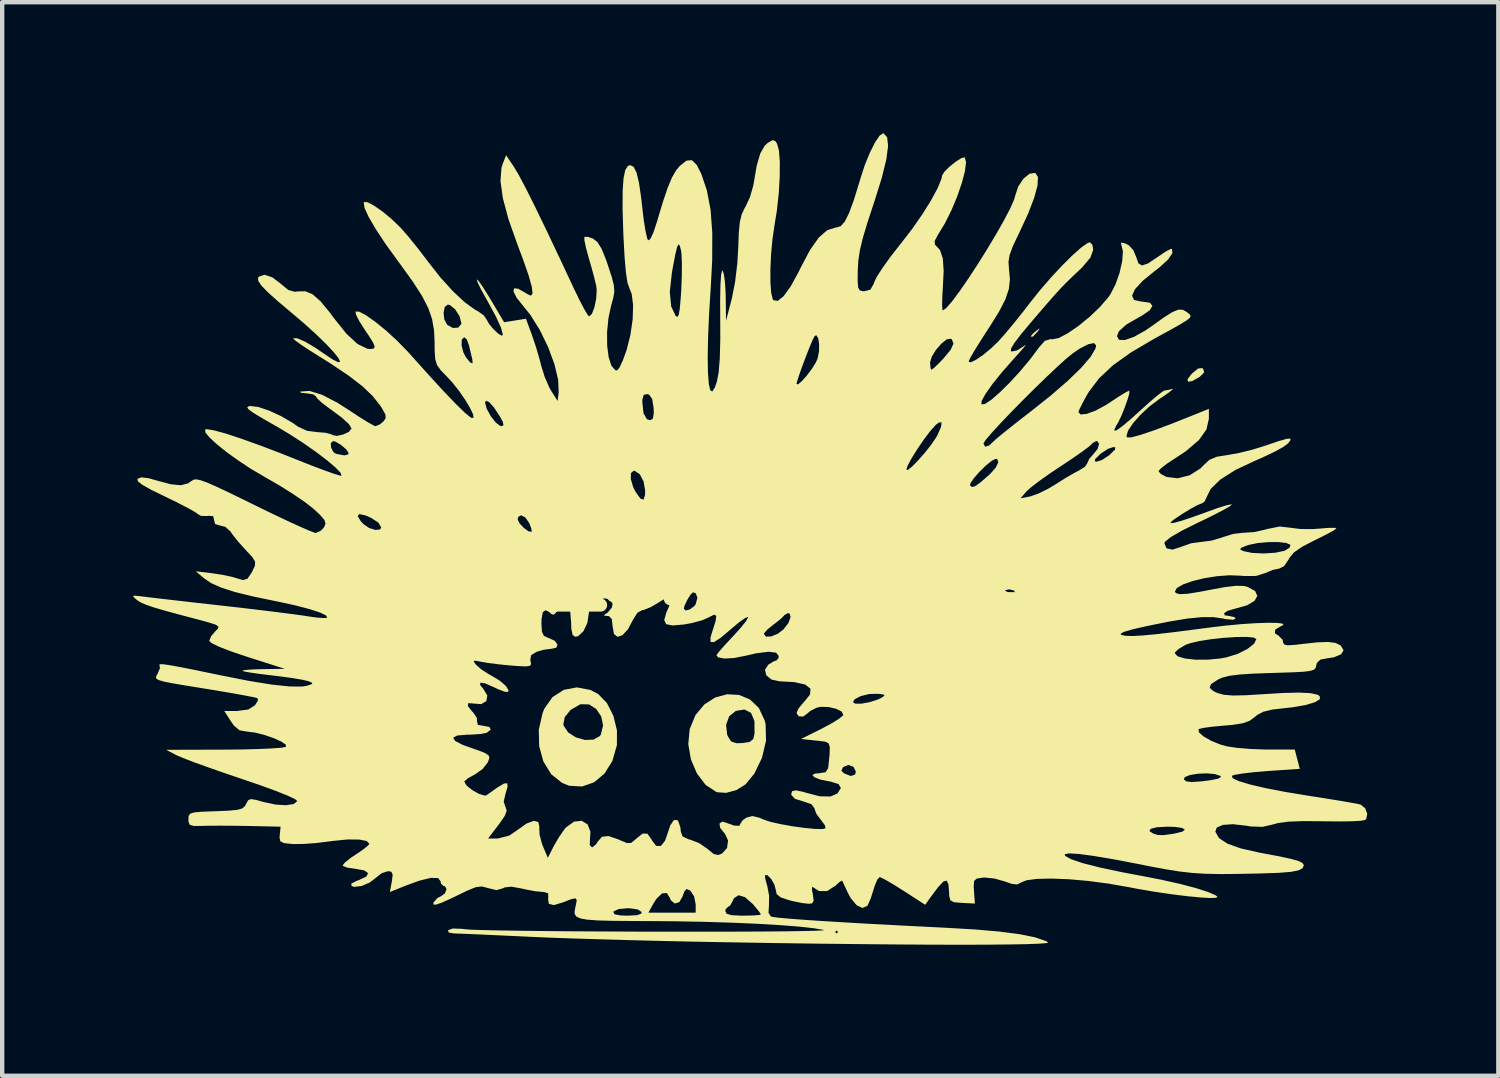
<source format=kicad_pcb>
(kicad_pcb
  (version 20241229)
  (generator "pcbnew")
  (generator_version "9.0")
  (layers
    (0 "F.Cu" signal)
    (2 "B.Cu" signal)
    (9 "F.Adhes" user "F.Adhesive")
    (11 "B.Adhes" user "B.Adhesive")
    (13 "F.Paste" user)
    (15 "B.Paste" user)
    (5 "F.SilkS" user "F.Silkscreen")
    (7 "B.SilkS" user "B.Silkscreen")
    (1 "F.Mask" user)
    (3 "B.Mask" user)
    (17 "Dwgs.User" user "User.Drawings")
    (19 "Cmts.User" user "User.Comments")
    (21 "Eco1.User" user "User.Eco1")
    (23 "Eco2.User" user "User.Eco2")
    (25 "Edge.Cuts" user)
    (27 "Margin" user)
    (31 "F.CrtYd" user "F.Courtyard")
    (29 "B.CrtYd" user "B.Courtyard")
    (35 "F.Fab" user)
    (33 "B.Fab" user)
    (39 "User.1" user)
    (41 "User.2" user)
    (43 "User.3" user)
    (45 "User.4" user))
  (footprint "corro_silkscreen"
    (layer "F.Cu")
    (at 12.877 9.967)
    (property "Reference" "corro_silkscreen" (at 0 0 0) (layer "F.SilkS") (effects (font (size 1.524 1.524) (thickness 0.3))))
    (attr board_only exclude_from_pos_files exclude_from_bom)
    (fp_poly (pts (xy 7.857 -5.465) (xy 7.819 -5.416) (xy 7.72 -5.311) (xy 7.675 -5.311) (xy 7.674 -5.323) (xy 7.721 -5.38) (xy 7.793 -5.442) (xy 7.874 -5.501)) (stroke (width 0) (type solid)) (fill yes) (layer "F.SilkS"))
    (fp_poly (pts (xy 11.618 -4.573) (xy 11.641 -4.493) (xy 11.545 -4.395) (xy 11.536 -4.388) (xy 11.368 -4.293) (xy 11.271 -4.278) (xy 11.261 -4.336) (xy 11.356 -4.46) (xy 11.359 -4.463) (xy 11.501 -4.58) (xy 11.595 -4.59)) (stroke (width 0) (type solid)) (fill yes) (layer "F.SilkS"))
    (fp_poly (pts (xy 0.994 2.893) (xy 1.243 2.997) (xy 1.446 3.191) (xy 1.58 3.478) (xy 1.601 3.568) (xy 1.61 3.94) (xy 1.518 4.332) (xy 1.343 4.694) (xy 1.141 4.94) (xy 0.936 5.069) (xy 0.697 5.135) (xy 0.486 5.12) (xy 0.475 5.116) (xy 0.228 4.953) (xy 0.029 4.692) (xy -0.109 4.37) (xy -0.169 4.019) (xy -0.138 3.678) (xy -0.097 3.578) (xy 0.696 3.578) (xy 0.721 3.803) (xy 0.739 3.846) (xy 0.813 3.959) (xy 0.929 3.998) (xy 1.07 3.994) (xy 1.241 3.967) (xy 1.319 3.9) (xy 1.347 3.778) (xy 1.345 3.49) (xy 1.267 3.304) (xy 1.118 3.226) (xy 0.918 3.259) (xy 0.766 3.382) (xy 0.696 3.578) (xy -0.097 3.578) (xy -0.004 3.352) (xy 0.2 3.109) (xy 0.449 2.95) (xy 0.721 2.877)) (stroke (width 0) (type solid)) (fill yes) (layer "F.SilkS"))
    (fp_poly (pts (xy -2.412 2.778) (xy -2.234 2.871) (xy -2.033 3.077) (xy -1.884 3.371) (xy -1.802 3.708) (xy -1.804 4.044) (xy -1.908 4.406) (xy -2.088 4.693) (xy -2.325 4.892) (xy -2.601 4.989) (xy -2.895 4.972) (xy -3.055 4.909) (xy -3.308 4.708) (xy -3.486 4.418) (xy -3.583 4.068) (xy -3.592 3.688) (xy -3.564 3.567) (xy -3.03 3.567) (xy -3.024 3.595) (xy -2.918 3.753) (xy -2.741 3.866) (xy -2.535 3.923) (xy -2.339 3.916) (xy -2.195 3.835) (xy -2.171 3.799) (xy -2.12 3.591) (xy -2.163 3.386) (xy -2.277 3.215) (xy -2.44 3.11) (xy -2.628 3.105) (xy -2.656 3.114) (xy -2.864 3.236) (xy -2.997 3.398) (xy -3.03 3.567) (xy -3.564 3.567) (xy -3.505 3.307) (xy -3.464 3.206) (xy -3.278 2.942) (xy -3.02 2.777) (xy -2.722 2.72)) (stroke (width 0) (type solid)) (fill yes) (layer "F.SilkS"))
    (fp_poly (pts (xy 4.299 -9.966) (xy 4.383 -9.875) (xy 4.405 -9.676) (xy 4.364 -9.366) (xy 4.26 -8.943) (xy 4.091 -8.403) (xy 4.07 -8.34) (xy 3.925 -7.899) (xy 3.823 -7.556) (xy 3.758 -7.281) (xy 3.723 -7.046) (xy 3.71 -6.825) (xy 3.708 -6.577) (xy 3.72 -6.435) (xy 3.755 -6.369) (xy 3.823 -6.351) (xy 3.867 -6.35) (xy 3.999 -6.385) (xy 4.074 -6.515) (xy 4.086 -6.554) (xy 4.148 -6.683) (xy 4.28 -6.888) (xy 4.463 -7.142) (xy 4.677 -7.416) (xy 4.694 -7.437) (xy 4.95 -7.768) (xy 5.187 -8.108) (xy 5.389 -8.431) (xy 5.541 -8.713) (xy 5.628 -8.927) (xy 5.642 -8.999) (xy 5.692 -9.083) (xy 5.808 -9.199) (xy 5.951 -9.313) (xy 6.081 -9.396) (xy 6.159 -9.415) (xy 6.162 -9.413) (xy 6.19 -9.3) (xy 6.163 -9.094) (xy 6.092 -8.824) (xy 5.986 -8.517) (xy 5.854 -8.202) (xy 5.706 -7.904) (xy 5.553 -7.653) (xy 5.551 -7.65) (xy 5.471 -7.501) (xy 5.478 -7.415) (xy 5.481 -7.413) (xy 5.593 -7.293) (xy 5.657 -7.102) (xy 5.677 -6.816) (xy 5.661 -6.489) (xy 5.646 -6.228) (xy 5.642 -6.028) (xy 5.65 -5.919) (xy 5.657 -5.909) (xy 5.737 -5.965) (xy 5.871 -6.119) (xy 6.044 -6.352) (xy 6.244 -6.642) (xy 6.458 -6.969) (xy 6.673 -7.313) (xy 6.877 -7.653) (xy 7.056 -7.969) (xy 7.198 -8.24) (xy 7.289 -8.446) (xy 7.315 -8.537) (xy 7.384 -8.746) (xy 7.502 -8.924) (xy 7.642 -9.039) (xy 7.773 -9.058) (xy 7.777 -9.057) (xy 7.836 -8.965) (xy 7.826 -8.77) (xy 7.748 -8.483) (xy 7.606 -8.116) (xy 7.404 -7.68) (xy 7.392 -7.657) (xy 7.26 -7.379) (xy 7.187 -7.18) (xy 7.161 -7.022) (xy 7.172 -6.866) (xy 7.172 -6.863) (xy 7.194 -6.626) (xy 7.17 -6.403) (xy 7.091 -6.166) (xy 6.947 -5.886) (xy 6.728 -5.533) (xy 6.689 -5.475) (xy 6.517 -5.207) (xy 6.376 -4.98) (xy 6.281 -4.816) (xy 6.248 -4.742) (xy 6.293 -4.721) (xy 6.412 -4.776) (xy 6.577 -4.889) (xy 6.764 -5.043) (xy 6.921 -5.193) (xy 7.073 -5.363) (xy 7.276 -5.606) (xy 7.499 -5.885) (xy 7.656 -6.089) (xy 7.888 -6.379) (xy 8.14 -6.67) (xy 8.394 -6.942) (xy 8.63 -7.176) (xy 8.83 -7.353) (xy 8.975 -7.454) (xy 9.025 -7.471) (xy 9.082 -7.413) (xy 9.101 -7.301) (xy 9.038 -7.121) (xy 8.851 -6.898) (xy 8.812 -6.861) (xy 8.637 -6.696) (xy 8.495 -6.558) (xy 8.363 -6.423) (xy 8.219 -6.265) (xy 8.04 -6.061) (xy 7.803 -5.786) (xy 7.705 -5.671) (xy 7.459 -5.378) (xy 7.301 -5.172) (xy 7.222 -5.043) (xy 7.216 -4.979) (xy 7.235 -4.969) (xy 7.358 -4.995) (xy 7.509 -5.09) (xy 7.526 -5.104) (xy 7.561 -5.128) (xy 7.515 -5.065) (xy 7.396 -4.929) (xy 7.28 -4.8) (xy 7.014 -4.498) (xy 6.795 -4.226) (xy 6.636 -4.001) (xy 6.547 -3.84) (xy 6.541 -3.76) (xy 6.622 -3.768) (xy 6.769 -3.865) (xy 6.963 -4.034) (xy 7.188 -4.256) (xy 7.424 -4.513) (xy 7.654 -4.788) (xy 7.86 -5.063) (xy 7.863 -5.068) (xy 7.994 -5.214) (xy 8.125 -5.254) (xy 8.168 -5.249) (xy 8.31 -5.277) (xy 8.516 -5.385) (xy 8.759 -5.552) (xy 9.012 -5.758) (xy 9.248 -5.981) (xy 9.439 -6.202) (xy 9.486 -6.267) (xy 9.607 -6.496) (xy 9.703 -6.766) (xy 9.764 -7.035) (xy 9.781 -7.262) (xy 9.749 -7.398) (xy 9.735 -7.464) (xy 9.825 -7.447) (xy 9.914 -7.403) (xy 10.019 -7.291) (xy 10.085 -7.132) (xy 10.135 -6.989) (xy 10.216 -6.94) (xy 10.35 -6.983) (xy 10.558 -7.12) (xy 10.584 -7.139) (xy 10.751 -7.252) (xy 10.87 -7.315) (xy 10.905 -7.319) (xy 10.914 -7.222) (xy 10.814 -7.075) (xy 10.614 -6.892) (xy 10.519 -6.82) (xy 10.235 -6.589) (xy 10.057 -6.396) (xy 9.99 -6.248) (xy 10.035 -6.151) (xy 10.196 -6.113) (xy 10.221 -6.112) (xy 10.399 -6.086) (xy 10.456 -6.015) (xy 10.393 -5.912) (xy 10.213 -5.788) (xy 10.17 -5.766) (xy 9.863 -5.589) (xy 9.689 -5.434) (xy 9.644 -5.321) (xy 9.693 -5.236) (xy 9.829 -5.233) (xy 10.034 -5.305) (xy 10.29 -5.448) (xy 10.451 -5.558) (xy 10.725 -5.754) (xy 10.917 -5.874) (xy 11.052 -5.928) (xy 11.152 -5.925) (xy 11.242 -5.874) (xy 11.25 -5.868) (xy 11.305 -5.823) (xy 11.331 -5.785) (xy 11.312 -5.74) (xy 11.235 -5.678) (xy 11.083 -5.585) (xy 10.843 -5.451) (xy 10.499 -5.263) (xy 10.493 -5.259) (xy 9.965 -4.949) (xy 9.552 -4.653) (xy 9.237 -4.358) (xy 9.003 -4.05) (xy 8.962 -3.982) (xy 8.855 -3.787) (xy 8.782 -3.64) (xy 8.762 -3.582) (xy 8.812 -3.528) (xy 8.95 -3.541) (xy 9.149 -3.614) (xy 9.383 -3.739) (xy 9.482 -3.803) (xy 9.685 -3.937) (xy 9.843 -4.034) (xy 9.924 -4.074) (xy 9.926 -4.075) (xy 9.929 -4.019) (xy 9.89 -3.88) (xy 9.825 -3.695) (xy 9.748 -3.504) (xy 9.673 -3.347) (xy 9.628 -3.275) (xy 9.585 -3.181) (xy 9.595 -3.151) (xy 9.657 -3.178) (xy 9.795 -3.282) (xy 9.986 -3.444) (xy 10.152 -3.594) (xy 10.372 -3.793) (xy 10.558 -3.952) (xy 10.686 -4.051) (xy 10.729 -4.075) (xy 10.838 -4.094) (xy 10.912 -4.116) (xy 10.921 -4.103) (xy 10.833 -4.031) (xy 10.666 -3.916) (xy 10.615 -3.882) (xy 10.392 -3.715) (xy 10.184 -3.522) (xy 10.013 -3.329) (xy 9.899 -3.159) (xy 9.862 -3.037) (xy 9.877 -3.004) (xy 9.967 -3.003) (xy 10.173 -3.057) (xy 10.489 -3.163) (xy 10.908 -3.32) (xy 11.325 -3.486) (xy 11.749 -3.657) (xy 11.749 -3.43) (xy 11.693 -3.185) (xy 11.519 -2.94) (xy 11.222 -2.687) (xy 10.997 -2.538) (xy 10.797 -2.407) (xy 10.653 -2.297) (xy 10.595 -2.231) (xy 10.595 -2.23) (xy 10.651 -2.165) (xy 10.781 -2.098) (xy 11.036 -2.067) (xy 11.311 -2.137) (xy 11.557 -2.293) (xy 11.629 -2.367) (xy 11.762 -2.491) (xy 11.932 -2.561) (xy 12.16 -2.597) (xy 12.415 -2.641) (xy 12.729 -2.718) (xy 13.033 -2.811) (xy 13.034 -2.812) (xy 13.334 -2.914) (xy 13.522 -2.968) (xy 13.612 -2.977) (xy 13.618 -2.94) (xy 13.557 -2.861) (xy 13.445 -2.78) (xy 13.242 -2.669) (xy 12.98 -2.545) (xy 12.825 -2.478) (xy 12.359 -2.259) (xy 12.012 -2.039) (xy 11.79 -1.823) (xy 11.707 -1.656) (xy 11.649 -1.532) (xy 11.589 -1.493) (xy 11.495 -1.457) (xy 11.327 -1.366) (xy 11.138 -1.25) (xy 10.95 -1.125) (xy 10.87 -1.058) (xy 10.888 -1.039) (xy 10.968 -1.051) (xy 11.128 -1.096) (xy 11.367 -1.175) (xy 11.642 -1.274) (xy 11.706 -1.298) (xy 11.953 -1.387) (xy 12.148 -1.447) (xy 12.26 -1.47) (xy 12.274 -1.467) (xy 12.23 -1.427) (xy 12.083 -1.343) (xy 11.857 -1.225) (xy 11.573 -1.086) (xy 11.519 -1.061) (xy 11.136 -0.871) (xy 10.879 -0.723) (xy 10.748 -0.618) (xy 10.73 -0.58) (xy 10.78 -0.463) (xy 10.915 -0.434) (xy 10.928 -0.438) (xy 12.464 -0.438) (xy 12.534 -0.401) (xy 12.734 -0.359) (xy 13.002 -0.346) (xy 13.272 -0.363) (xy 13.48 -0.407) (xy 13.481 -0.407) (xy 13.595 -0.476) (xy 13.617 -0.543) (xy 13.524 -0.586) (xy 13.338 -0.607) (xy 13.104 -0.606) (xy 12.862 -0.584) (xy 12.656 -0.541) (xy 12.629 -0.532) (xy 12.488 -0.476) (xy 12.464 -0.438) (xy 10.928 -0.438) (xy 11.114 -0.497) (xy 11.128 -0.504) (xy 11.347 -0.58) (xy 11.578 -0.611) (xy 11.808 -0.64) (xy 12.049 -0.711) (xy 12.074 -0.722) (xy 12.305 -0.793) (xy 12.538 -0.821) (xy 12.564 -0.821) (xy 12.789 -0.836) (xy 13.035 -0.891) (xy 13.072 -0.903) (xy 13.368 -0.963) (xy 13.615 -0.935) (xy 13.843 -0.906) (xy 14.124 -0.904) (xy 14.279 -0.915) (xy 14.488 -0.932) (xy 14.63 -0.933) (xy 14.67 -0.921) (xy 14.613 -0.877) (xy 14.461 -0.793) (xy 14.244 -0.683) (xy 14.166 -0.646) (xy 13.879 -0.497) (xy 13.696 -0.369) (xy 13.591 -0.242) (xy 13.572 -0.203) (xy 13.471 -0.056) (xy 13.359 0) (xy 13.214 0.03) (xy 13.038 0.103) (xy 12.828 0.169) (xy 12.551 0.17) (xy 12.478 0.163) (xy 12.217 0.153) (xy 11.929 0.175) (xy 11.64 0.221) (xy 11.375 0.286) (xy 11.158 0.363) (xy 11.015 0.445) (xy 10.972 0.525) (xy 10.991 0.559) (xy 11.079 0.586) (xy 11.265 0.576) (xy 11.562 0.528) (xy 11.752 0.491) (xy 12.115 0.424) (xy 12.372 0.394) (xy 12.551 0.398) (xy 12.633 0.418) (xy 12.808 0.514) (xy 12.858 0.626) (xy 12.792 0.741) (xy 12.618 0.843) (xy 12.344 0.919) (xy 12.343 0.919) (xy 12.175 0.968) (xy 12.094 1.025) (xy 12.114 1.071) (xy 12.225 1.087) (xy 12.335 1.112) (xy 12.36 1.147) (xy 12.301 1.172) (xy 12.147 1.158) (xy 12.072 1.143) (xy 11.85 1.111) (xy 11.583 1.112) (xy 11.25 1.145) (xy 10.829 1.215) (xy 10.326 1.317) (xy 9.999 1.392) (xy 9.801 1.45) (xy 9.725 1.494) (xy 9.747 1.519) (xy 9.842 1.539) (xy 9.997 1.544) (xy 10.224 1.532) (xy 10.538 1.503) (xy 10.952 1.455) (xy 11.48 1.387) (xy 11.761 1.35) (xy 12.137 1.305) (xy 12.498 1.271) (xy 12.826 1.25) (xy 13.104 1.241) (xy 13.314 1.244) (xy 13.437 1.261) (xy 13.456 1.291) (xy 13.396 1.32) (xy 13.267 1.397) (xy 13.26 1.481) (xy 13.345 1.537) (xy 13.436 1.628) (xy 13.447 1.68) (xy 13.467 1.735) (xy 13.545 1.756) (xy 13.71 1.748) (xy 13.872 1.728) (xy 14.229 1.689) (xy 14.479 1.68) (xy 14.648 1.702) (xy 14.761 1.757) (xy 14.77 1.765) (xy 14.832 1.87) (xy 14.774 1.964) (xy 14.612 2.03) (xy 14.478 2.051) (xy 14.301 2.084) (xy 14.222 2.16) (xy 14.207 2.217) (xy 14.193 2.273) (xy 14.155 2.314) (xy 14.072 2.342) (xy 13.923 2.361) (xy 13.688 2.374) (xy 13.346 2.385) (xy 13.189 2.39) (xy 12.761 2.405) (xy 12.445 2.426) (xy 12.219 2.455) (xy 12.06 2.495) (xy 11.97 2.534) (xy 11.802 2.642) (xy 11.764 2.727) (xy 11.854 2.806) (xy 11.953 2.852) (xy 12.094 2.89) (xy 12.3 2.906) (xy 12.595 2.9) (xy 12.954 2.878) (xy 13.447 2.848) (xy 13.818 2.839) (xy 14.076 2.852) (xy 14.235 2.887) (xy 14.286 2.919) (xy 14.291 2.989) (xy 14.179 3.059) (xy 13.967 3.123) (xy 13.675 3.174) (xy 13.496 3.194) (xy 13.197 3.228) (xy 12.997 3.277) (xy 12.857 3.35) (xy 12.8 3.398) (xy 12.682 3.484) (xy 12.528 3.541) (xy 12.301 3.577) (xy 12.093 3.595) (xy 11.836 3.619) (xy 11.633 3.646) (xy 11.522 3.672) (xy 11.513 3.677) (xy 11.52 3.748) (xy 11.626 3.842) (xy 11.799 3.941) (xy 12.009 4.027) (xy 12.163 4.07) (xy 12.394 4.104) (xy 12.703 4.13) (xy 13.031 4.142) (xy 13.109 4.143) (xy 13.715 4.143) (xy 13.772 4.364) (xy 13.83 4.584) (xy 13.081 4.636) (xy 12.773 4.662) (xy 12.516 4.692) (xy 12.339 4.722) (xy 12.276 4.744) (xy 12.293 4.799) (xy 12.435 4.866) (xy 12.691 4.943) (xy 13.048 5.026) (xy 13.498 5.113) (xy 14.024 5.2) (xy 14.4 5.259) (xy 14.734 5.313) (xy 15 5.359) (xy 15.173 5.391) (xy 15.222 5.403) (xy 15.327 5.486) (xy 15.375 5.617) (xy 15.35 5.733) (xy 15.325 5.756) (xy 15.231 5.773) (xy 15.029 5.785) (xy 14.748 5.789) (xy 14.416 5.786) (xy 14.364 5.785) (xy 13.908 5.781) (xy 13.569 5.794) (xy 13.327 5.827) (xy 13.218 5.857) (xy 12.977 5.913) (xy 12.711 5.904) (xy 12.599 5.886) (xy 12.299 5.852) (xy 12.068 5.868) (xy 11.928 5.93) (xy 11.897 6.023) (xy 11.979 6.169) (xy 12.169 6.295) (xy 12.474 6.405) (xy 12.905 6.503) (xy 12.974 6.516) (xy 13.36 6.588) (xy 13.629 6.646) (xy 13.801 6.695) (xy 13.893 6.741) (xy 13.922 6.789) (xy 13.922 6.795) (xy 13.894 6.861) (xy 13.799 6.91) (xy 13.619 6.944) (xy 13.337 6.966) (xy 12.938 6.98) (xy 12.423 6.99) (xy 12.012 6.994) (xy 11.672 6.987) (xy 11.372 6.968) (xy 11.078 6.935) (xy 10.759 6.884) (xy 10.383 6.814) (xy 10.109 6.759) (xy 9.554 6.653) (xy 9.105 6.578) (xy 8.768 6.533) (xy 8.546 6.52) (xy 8.447 6.54) (xy 8.459 6.579) (xy 8.602 6.657) (xy 8.873 6.747) (xy 9.261 6.845) (xy 9.76 6.951) (xy 10.181 7.03) (xy 10.659 7.123) (xy 11.091 7.22) (xy 11.456 7.316) (xy 11.735 7.406) (xy 11.908 7.483) (xy 11.945 7.512) (xy 11.915 7.537) (xy 11.773 7.542) (xy 11.541 7.528) (xy 11.241 7.499) (xy 10.896 7.456) (xy 10.526 7.402) (xy 10.154 7.339) (xy 9.916 7.294) (xy 9.456 7.213) (xy 8.993 7.152) (xy 8.551 7.113) (xy 8.152 7.097) (xy 7.82 7.104) (xy 7.577 7.135) (xy 7.455 7.184) (xy 7.361 7.232) (xy 7.234 7.218) (xy 7.077 7.163) (xy 6.845 7.097) (xy 6.618 7.073) (xy 6.577 7.075) (xy 6.435 7.097) (xy 6.373 7.152) (xy 6.365 7.282) (xy 6.371 7.383) (xy 6.392 7.669) (xy 6.1 7.654) (xy 5.917 7.639) (xy 5.831 7.595) (xy 5.804 7.493) (xy 5.802 7.42) (xy 5.787 7.231) (xy 5.748 7.144) (xy 5.672 7.164) (xy 5.549 7.294) (xy 5.368 7.537) (xy 5.361 7.547) (xy 5.254 7.697) (xy 4.764 7.38) (xy 4.535 7.236) (xy 4.347 7.126) (xy 4.23 7.068) (xy 4.211 7.063) (xy 4.157 7.122) (xy 4.095 7.272) (xy 4.071 7.352) (xy 4.008 7.549) (xy 3.944 7.696) (xy 3.925 7.724) (xy 3.817 7.77) (xy 3.684 7.706) (xy 3.55 7.546) (xy 3.48 7.416) (xy 3.405 7.253) (xy 3.358 7.153) (xy 3.352 7.142) (xy 3.302 7.168) (xy 3.198 7.261) (xy 3.198 7.261) (xy 3.009 7.383) (xy 2.825 7.383) (xy 2.723 7.318) (xy 2.668 7.283) (xy 2.661 7.346) (xy 2.681 7.454) (xy 2.702 7.605) (xy 2.665 7.665) (xy 2.587 7.674) (xy 2.437 7.657) (xy 2.225 7.614) (xy 2.14 7.592) (xy 1.946 7.527) (xy 1.854 7.453) (xy 1.834 7.359) (xy 1.802 7.235) (xy 1.729 7.107) (xy 1.645 7.021) (xy 1.588 7.015) (xy 1.59 7.09) (xy 1.63 7.238) (xy 1.638 7.26) (xy 1.681 7.49) (xy 1.677 7.71) (xy 1.667 7.878) (xy 1.717 7.958) (xy 1.754 7.973) (xy 1.868 7.99) (xy 2.106 8.012) (xy 2.454 8.039) (xy 2.9 8.069) (xy 3.431 8.101) (xy 4.034 8.136) (xy 4.698 8.171) (xy 5.408 8.207) (xy 5.671 8.22) (xy 6.38 8.261) (xy 6.961 8.311) (xy 7.421 8.371) (xy 7.769 8.442) (xy 8.012 8.525) (xy 8.071 8.555) (xy 8.037 8.573) (xy 7.873 8.587) (xy 7.589 8.598) (xy 7.19 8.605) (xy 6.683 8.61) (xy 6.077 8.612) (xy 5.377 8.61) (xy 4.592 8.605) (xy 3.728 8.597) (xy 2.793 8.587) (xy 1.793 8.573) (xy 0.736 8.555) (xy 0.543 8.552) (xy -0.144 8.539) (xy -0.852 8.523) (xy -1.555 8.505) (xy -2.228 8.486) (xy -2.844 8.467) (xy -3.379 8.448) (xy -3.806 8.429) (xy -3.85 8.427) (xy -4.299 8.406) (xy -4.711 8.387) (xy -5.064 8.371) (xy -5.335 8.36) (xy -5.502 8.354) (xy -5.535 8.353) (xy -5.657 8.331) (xy -5.659 8.32) (xy 3.192 8.32) (xy 3.226 8.353) (xy 3.26 8.32) (xy 3.226 8.286) (xy 3.192 8.32) (xy -5.659 8.32) (xy -5.668 8.28) (xy -5.565 8.24) (xy -5.344 8.248) (xy -5.273 8.257) (xy -5.145 8.267) (xy -4.905 8.275) (xy -4.569 8.283) (xy -4.149 8.29) (xy -3.658 8.296) (xy -3.112 8.302) (xy -2.522 8.306) (xy -1.903 8.309) (xy -1.269 8.312) (xy -0.632 8.313) (xy -0.008 8.313) (xy 0.592 8.313) (xy 1.153 8.311) (xy 1.661 8.308) (xy 2.104 8.304) (xy 2.467 8.298) (xy 2.736 8.292) (xy 2.899 8.284) (xy 2.941 8.275) (xy 2.937 8.274) (xy 2.707 8.234) (xy 2.36 8.196) (xy 1.916 8.162) (xy 1.392 8.131) (xy 0.809 8.106) (xy 0.185 8.087) (xy -0.461 8.075) (xy -0.93 8.071) (xy -1.487 8.068) (xy -1.923 8.064) (xy -2.251 8.055) (xy -2.486 8.037) (xy -2.641 8.009) (xy -2.731 7.967) (xy -2.77 7.909) (xy -2.771 7.861) (xy -1.885 7.861) (xy -1.857 7.915) (xy -1.72 7.941) (xy -1.562 7.946) (xy -1.344 7.935) (xy -1.246 7.9) (xy -1.242 7.878) (xy -1.084 7.878) (xy 0 7.878) (xy 0 7.844) (xy 0.679 7.844) (xy 0.71 7.903) (xy 0.821 7.935) (xy 1.038 7.946) (xy 1.087 7.946) (xy 1.302 7.942) (xy 1.449 7.931) (xy 1.494 7.919) (xy 1.454 7.856) (xy 1.352 7.731) (xy 1.309 7.681) (xy 1.13 7.523) (xy 0.98 7.478) (xy 0.874 7.549) (xy 0.849 7.606) (xy 0.788 7.716) (xy 0.742 7.742) (xy 0.686 7.797) (xy 0.679 7.844) (xy 0 7.844) (xy 0 7.688) (xy -0.036 7.505) (xy -0.124 7.372) (xy -0.21 7.335) (xy -0.259 7.392) (xy -0.3 7.505) (xy -0.375 7.637) (xy -0.48 7.668) (xy -0.572 7.59) (xy -0.592 7.535) (xy -0.662 7.428) (xy -0.77 7.437) (xy -0.895 7.556) (xy -0.961 7.657) (xy -1.084 7.878) (xy -1.242 7.878) (xy -1.239 7.861) (xy -1.323 7.805) (xy -1.505 7.777) (xy -1.562 7.776) (xy -1.763 7.795) (xy -1.875 7.845) (xy -1.885 7.861) (xy -2.771 7.861) (xy -2.771 7.832) (xy -2.75 7.732) (xy -2.743 7.703) (xy -2.723 7.59) (xy -2.755 7.548) (xy -2.864 7.573) (xy -3.032 7.64) (xy -3.246 7.704) (xy -3.362 7.675) (xy -3.38 7.555) (xy -3.374 7.531) (xy -3.378 7.434) (xy -3.481 7.403) (xy -3.508 7.403) (xy -3.677 7.386) (xy -3.902 7.344) (xy -3.986 7.324) (xy -4.222 7.282) (xy -4.376 7.3) (xy -4.417 7.321) (xy -4.561 7.361) (xy -4.746 7.317) (xy -4.891 7.278) (xy -5.029 7.292) (xy -5.216 7.367) (xy -5.279 7.397) (xy -5.601 7.553) (xy -5.818 7.65) (xy -5.947 7.694) (xy -6.004 7.691) (xy -6.003 7.645) (xy -6.002 7.643) (xy -5.91 7.54) (xy -5.834 7.503) (xy -5.74 7.434) (xy -5.704 7.34) (xy -5.738 7.274) (xy -5.773 7.267) (xy -5.832 7.211) (xy -5.841 7.158) (xy -5.897 7.085) (xy -6.062 7.081) (xy -6.327 7.145) (xy -6.642 7.26) (xy -7.002 7.405) (xy -6.957 7.166) (xy -6.937 7.006) (xy -6.969 6.939) (xy -7.045 6.927) (xy -7.191 6.975) (xy -7.297 7.059) (xy -7.458 7.185) (xy -7.649 7.267) (xy -7.818 7.287) (xy -7.876 7.268) (xy -7.886 7.214) (xy -7.76 7.149) (xy -7.713 7.133) (xy -7.54 7.051) (xy -7.499 6.973) (xy -7.587 6.91) (xy -7.798 6.872) (xy -7.798 6.872) (xy -7.973 6.847) (xy -8.073 6.809) (xy -8.082 6.794) (xy -8.029 6.728) (xy -7.894 6.621) (xy -7.776 6.543) (xy -7.605 6.426) (xy -7.494 6.334) (xy -7.471 6.3) (xy -7.533 6.236) (xy -7.708 6.203) (xy -7.973 6.202) (xy -8.307 6.235) (xy -8.379 6.245) (xy -8.686 6.283) (xy -8.984 6.305) (xy -9.215 6.307) (xy -9.236 6.306) (xy -9.424 6.285) (xy -9.509 6.244) (xy -9.527 6.158) (xy -9.522 6.095) (xy -9.503 5.909) (xy -10.236 5.893) (xy -10.578 5.888) (xy -10.906 5.886) (xy -11.174 5.888) (xy -11.291 5.891) (xy -11.486 5.893) (xy -11.581 5.867) (xy -11.611 5.797) (xy -11.613 5.739) (xy -11.608 5.662) (xy -11.573 5.612) (xy -11.484 5.583) (xy -11.314 5.567) (xy -11.039 5.556) (xy -10.985 5.555) (xy -10.686 5.542) (xy -10.495 5.524) (xy -10.383 5.492) (xy -10.321 5.441) (xy -10.293 5.39) (xy -10.248 5.306) (xy -10.183 5.277) (xy -10.058 5.297) (xy -9.898 5.343) (xy -9.625 5.402) (xy -9.382 5.418) (xy -9.202 5.39) (xy -9.12 5.323) (xy -9.174 5.277) (xy -9.344 5.197) (xy -9.616 5.088) (xy -9.977 4.957) (xy -10.371 4.822) (xy -10.781 4.683) (xy -11.162 4.55) (xy -11.488 4.432) (xy -11.736 4.337) (xy -11.88 4.275) (xy -11.885 4.273) (xy -12.123 4.149) (xy -10.798 4.145) (xy -10.383 4.141) (xy -10.012 4.131) (xy -9.707 4.118) (xy -9.49 4.102) (xy -9.384 4.083) (xy -9.381 4.082) (xy -9.384 4.031) (xy -9.486 3.961) (xy -9.658 3.883) (xy -9.691 3.872) (xy -5.551 3.872) (xy -5.509 3.945) (xy -5.337 4.035) (xy -5.258 4.064) (xy -4.985 4.159) (xy -4.819 4.225) (xy -4.739 4.279) (xy -4.723 4.337) (xy -4.751 4.414) (xy -4.764 4.443) (xy -4.877 4.587) (xy -5.05 4.711) (xy -5.069 4.72) (xy -5.218 4.803) (xy -5.294 4.871) (xy -5.297 4.88) (xy -5.244 4.969) (xy -5.116 5.071) (xy -4.962 5.157) (xy -4.832 5.197) (xy -4.787 5.188) (xy -4.541 5.012) (xy -4.388 4.921) (xy -4.314 4.915) (xy -4.306 4.992) (xy -4.353 5.152) (xy -4.395 5.336) (xy -4.357 5.454) (xy -4.352 5.461) (xy -4.326 5.542) (xy -4.371 5.662) (xy -4.5 5.849) (xy -4.514 5.867) (xy -4.753 6.18) (xy -4.53 6.18) (xy -4.268 6.113) (xy -4.072 5.979) (xy -3.869 5.835) (xy -3.705 5.775) (xy -3.602 5.802) (xy -3.578 5.916) (xy -3.581 5.931) (xy -3.574 6.094) (xy -3.519 6.301) (xy -3.498 6.355) (xy -3.385 6.622) (xy -3.247 6.35) (xy -3.126 6.142) (xy -2.999 5.961) (xy -2.969 5.926) (xy -2.785 5.793) (xy -2.611 5.774) (xy -2.476 5.855) (xy -2.41 6.023) (xy -2.419 6.17) (xy -2.425 6.333) (xy -2.371 6.384) (xy -2.283 6.315) (xy -2.241 6.248) (xy -2.144 6.14) (xy -1.999 6.123) (xy -1.782 6.196) (xy -1.73 6.219) (xy -1.574 6.284) (xy -1.477 6.28) (xy -1.378 6.2) (xy -1.364 6.185) (xy -1.214 6.067) (xy -1.106 6.069) (xy -1.015 6.195) (xy -1.005 6.217) (xy -0.906 6.348) (xy -0.798 6.351) (xy -0.703 6.233) (xy -0.66 6.112) (xy -0.582 5.88) (xy -0.5 5.758) (xy -0.421 5.758) (xy -0.398 5.786) (xy -0.35 5.926) (xy -0.341 6.019) (xy -0.3 6.133) (xy -0.161 6.198) (xy -0.121 6.207) (xy 0.081 6.286) (xy 0.271 6.418) (xy 0.279 6.425) (xy 0.416 6.537) (xy 0.521 6.556) (xy 0.604 6.523) (xy 0.718 6.396) (xy 0.741 6.224) (xy 0.668 6.066) (xy 0.645 6.044) (xy 0.617 6.008) (xy 10.387 6.008) (xy 10.476 6.067) (xy 10.583 6.099) (xy 10.711 6.102) (xy 10.91 6.075) (xy 10.951 6.069) (xy 11.139 6.024) (xy 11.199 5.978) (xy 11.138 5.938) (xy 10.963 5.913) (xy 10.798 5.909) (xy 10.56 5.922) (xy 10.419 5.957) (xy 10.387 6.008) (xy 0.617 6.008) (xy 0.558 5.933) (xy 0.546 5.836) (xy 0.607 5.794) (xy 0.662 5.807) (xy 0.883 5.884) (xy 0.997 5.889) (xy 1.019 5.851) (xy 1.072 5.765) (xy 1.16 5.702) (xy 1.292 5.665) (xy 1.453 5.702) (xy 1.546 5.743) (xy 1.704 5.796) (xy 1.936 5.849) (xy 2.207 5.898) (xy 2.482 5.936) (xy 2.726 5.96) (xy 2.902 5.963) (xy 2.973 5.946) (xy 2.959 5.877) (xy 2.872 5.76) (xy 2.864 5.751) (xy 2.759 5.608) (xy 2.717 5.487) (xy 2.652 5.395) (xy 2.481 5.336) (xy 2.27 5.27) (xy 2.186 5.177) (xy 2.205 5.097) (xy 2.292 5.076) (xy 2.468 5.113) (xy 2.523 5.131) (xy 2.838 5.213) (xy 3.087 5.218) (xy 3.246 5.148) (xy 3.324 5.023) (xy 3.271 4.933) (xy 3.086 4.876) (xy 3.048 4.87) (xy 2.851 4.83) (xy 11.177 4.83) (xy 11.236 4.873) (xy 11.358 4.887) (xy 11.57 4.872) (xy 11.779 4.846) (xy 11.969 4.808) (xy 12.028 4.766) (xy 12.009 4.745) (xy 11.878 4.703) (xy 11.693 4.688) (xy 11.493 4.697) (xy 11.315 4.727) (xy 11.197 4.773) (xy 11.177 4.83) (xy 2.851 4.83) (xy 2.849 4.829) (xy 2.718 4.777) (xy 2.672 4.727) (xy 2.73 4.693) (xy 2.822 4.686) (xy 2.972 4.663) (xy 2.995 4.627) (xy 3.335 4.627) (xy 3.396 4.688) (xy 3.551 4.749) (xy 3.648 4.716) (xy 3.667 4.65) (xy 3.614 4.539) (xy 3.495 4.496) (xy 3.375 4.544) (xy 3.335 4.627) (xy 2.995 4.627) (xy 3.031 4.573) (xy 3.037 4.533) (xy 3.065 4.258) (xy 3.071 4.091) (xy 3.044 4.002) (xy 2.969 3.963) (xy 2.833 3.945) (xy 2.751 3.937) (xy 2.411 3.902) (xy 2.884 3.666) (xy 3.111 3.544) (xy 3.285 3.436) (xy 3.375 3.361) (xy 3.38 3.351) (xy 3.343 3.274) (xy 3.214 3.209) (xy 3.038 3.169) (xy 2.859 3.165) (xy 2.767 3.186) (xy 2.622 3.26) (xy 2.549 3.324) (xy 2.458 3.389) (xy 2.356 3.38) (xy 2.309 3.306) (xy 2.355 3.201) (xy 2.467 3.068) (xy 2.477 3.058) (xy 3.599 3.058) (xy 3.656 3.093) (xy 3.799 3.092) (xy 3.983 3.058) (xy 4.165 3) (xy 4.245 2.962) (xy 4.326 2.909) (xy 4.297 2.882) (xy 4.173 2.866) (xy 3.972 2.872) (xy 3.78 2.919) (xy 3.641 2.99) (xy 3.599 3.058) (xy 2.477 3.058) (xy 2.479 3.056) (xy 2.618 2.883) (xy 2.628 2.749) (xy 2.507 2.655) (xy 2.257 2.599) (xy 1.921 2.581) (xy 1.735 2.541) (xy 1.617 2.443) (xy 1.586 2.318) (xy 1.664 2.199) (xy 1.668 2.196) (xy 1.789 2.123) (xy 1.847 2.105) (xy 1.895 2.05) (xy 1.902 2.003) (xy 1.849 1.935) (xy 10.968 1.935) (xy 11.03 2.007) (xy 11.196 2.058) (xy 11.435 2.085) (xy 11.717 2.086) (xy 12.01 2.058) (xy 12.151 2.032) (xy 12.406 1.954) (xy 12.628 1.843) (xy 12.783 1.721) (xy 12.836 1.615) (xy 12.774 1.579) (xy 12.609 1.564) (xy 12.372 1.567) (xy 12.094 1.585) (xy 11.806 1.616) (xy 11.538 1.658) (xy 11.321 1.708) (xy 11.216 1.746) (xy 11.06 1.838) (xy 10.974 1.917) (xy 10.968 1.935) (xy 1.849 1.935) (xy 1.841 1.925) (xy 1.666 1.904) (xy 1.384 1.94) (xy 1.129 1.998) (xy 0.873 2.048) (xy 0.658 2.059) (xy 0.516 2.033) (xy 0.475 1.985) (xy 0.519 1.922) (xy 0.635 1.787) (xy 0.801 1.607) (xy 0.857 1.548) (xy 0.902 1.499) (xy 1.562 1.499) (xy 1.611 1.559) (xy 1.732 1.553) (xy 1.883 1.49) (xy 2.007 1.395) (xy 2.121 1.248) (xy 2.172 1.114) (xy 2.151 1.031) (xy 2.111 1.019) (xy 2.029 1.066) (xy 2.026 1.072) (xy 1.96 1.142) (xy 1.825 1.25) (xy 1.783 1.28) (xy 1.642 1.394) (xy 1.566 1.483) (xy 1.562 1.499) (xy 0.902 1.499) (xy 1.028 1.359) (xy 1.149 1.208) (xy 1.201 1.119) (xy 1.199 1.109) (xy 1.133 1.131) (xy 0.998 1.226) (xy 0.821 1.374) (xy 0.81 1.384) (xy 0.572 1.585) (xy 0.417 1.684) (xy 0.341 1.681) (xy 0.339 1.576) (xy 0.379 1.443) (xy 0.455 1.207) (xy 0.471 1.082) (xy 0.423 1.054) (xy 0.31 1.111) (xy 0.307 1.114) (xy 0.147 1.184) (xy -0.088 1.247) (xy -0.268 1.28) (xy -0.531 1.302) (xy -0.678 1.272) (xy -0.72 1.177) (xy -0.671 1.004) (xy -0.633 0.92) (xy -0.272 0.92) (xy -0.228 0.96) (xy -0.131 0.933) (xy -0.032 0.859) (xy 0.001 0.814) (xy 0.04 0.665) (xy 0.013 0.597) (xy 6.992 0.597) (xy 7.042 0.68) (xy 7.08 0.697) (xy 7.227 0.702) (xy 7.323 0.624) (xy 7.335 0.57) (xy 7.276 0.496) (xy 7.165 0.475) (xy 7.039 0.514) (xy 6.992 0.597) (xy 0.013 0.597) (xy -0.001 0.563) (xy -0.061 0.543) (xy -0.118 0.597) (xy -0.193 0.718) (xy -0.255 0.85) (xy -0.272 0.92) (xy -0.633 0.92) (xy -0.631 0.916) (xy -0.568 0.757) (xy -0.552 0.654) (xy -0.557 0.643) (xy -0.631 0.654) (xy -0.772 0.728) (xy -0.85 0.778) (xy -1.032 0.884) (xy -1.184 0.945) (xy -1.224 0.951) (xy -1.333 1.01) (xy -1.428 1.159) (xy -1.429 1.16) (xy -1.55 1.388) (xy -1.676 1.524) (xy -1.79 1.563) (xy -1.871 1.498) (xy -1.902 1.324) (xy -1.92 1.156) (xy -1.984 1.089) (xy -2.02 1.085) (xy -2.103 1.077) (xy -2.067 1.041) (xy -2.02 1.013) (xy -1.921 0.895) (xy -1.902 0.812) (xy -1.944 0.709) (xy -2.078 0.682) (xy -2.292 0.722) (xy -2.398 0.779) (xy -2.44 0.901) (xy -2.445 1.012) (xy -2.479 1.24) (xy -2.568 1.431) (xy -2.689 1.546) (xy -2.754 1.562) (xy -2.817 1.521) (xy -2.847 1.383) (xy -2.852 1.226) (xy -2.873 0.977) (xy -2.935 0.852) (xy -3.034 0.854) (xy -3.145 0.957) (xy -3.253 1.058) (xy -3.309 1.036) (xy -3.394 0.958) (xy -3.435 0.951) (xy -3.501 0.999) (xy -3.529 1.156) (xy -3.532 1.249) (xy -3.521 1.441) (xy -3.477 1.539) (xy -3.378 1.586) (xy -3.369 1.588) (xy -3.225 1.654) (xy -3.163 1.74) (xy -3.192 1.811) (xy -3.292 1.834) (xy -3.482 1.859) (xy -3.637 1.903) (xy -3.766 1.98) (xy -3.787 2.09) (xy -3.781 2.115) (xy -3.769 2.189) (xy -3.799 2.228) (xy -3.897 2.24) (xy -4.09 2.23) (xy -4.232 2.219) (xy -4.508 2.192) (xy -4.759 2.16) (xy -4.924 2.131) (xy -5.058 2.106) (xy -5.082 2.13) (xy -5.03 2.201) (xy -4.907 2.309) (xy -4.726 2.424) (xy -4.686 2.445) (xy -4.484 2.567) (xy -4.342 2.69) (xy -4.285 2.79) (xy -4.296 2.825) (xy -4.373 2.819) (xy -4.525 2.761) (xy -4.618 2.717) (xy -4.818 2.629) (xy -4.928 2.611) (xy -4.938 2.661) (xy -4.864 2.752) (xy -4.771 2.906) (xy -4.793 3.033) (xy -4.909 3.103) (xy -5.098 3.089) (xy -5.103 3.087) (xy -5.209 3.081) (xy -5.216 3.147) (xy -5.124 3.265) (xy -5.098 3.29) (xy -5.012 3.412) (xy -5.004 3.504) (xy -4.988 3.578) (xy -4.863 3.599) (xy -4.723 3.626) (xy -4.692 3.688) (xy -4.783 3.758) (xy -4.794 3.762) (xy -4.922 3.786) (xy -5.127 3.801) (xy -5.241 3.803) (xy -5.461 3.822) (xy -5.551 3.872) (xy -9.691 3.872) (xy -9.865 3.811) (xy -10.078 3.757) (xy -10.264 3.733) (xy -10.275 3.732) (xy -10.444 3.702) (xy -10.573 3.593) (xy -10.642 3.495) (xy -10.792 3.26) (xy -10.5 3.26) (xy -10.242 3.226) (xy -10.091 3.131) (xy -10.023 3.024) (xy -10.03 2.967) (xy -10.113 2.946) (xy -10.306 2.908) (xy -10.588 2.857) (xy -10.935 2.798) (xy -11.252 2.746) (xy -11.672 2.678) (xy -11.975 2.627) (xy -12.178 2.586) (xy -12.297 2.551) (xy -12.351 2.516) (xy -12.356 2.475) (xy -12.329 2.425) (xy -12.321 2.412) (xy -12.266 2.284) (xy -12.275 2.213) (xy -12.276 2.191) (xy -12.209 2.189) (xy -12.063 2.208) (xy -11.825 2.25) (xy -11.482 2.318) (xy -11.023 2.413) (xy -10.866 2.445) (xy -10.23 2.571) (xy -9.704 2.656) (xy -9.295 2.699) (xy -9.006 2.701) (xy -8.889 2.68) (xy -8.777 2.64) (xy -8.791 2.609) (xy -8.875 2.576) (xy -9.004 2.545) (xy -9.23 2.507) (xy -9.516 2.468) (xy -9.685 2.448) (xy -9.97 2.413) (xy -10.201 2.38) (xy -10.347 2.353) (xy -10.381 2.341) (xy -10.335 2.325) (xy -10.184 2.311) (xy -9.958 2.303) (xy -9.91 2.302) (xy -9.406 2.295) (xy -10.272 2.019) (xy -10.627 1.899) (xy -10.9 1.794) (xy -11.076 1.71) (xy -11.138 1.655) (xy -11.092 1.547) (xy -10.998 1.437) (xy -10.936 1.373) (xy -10.926 1.327) (xy -10.988 1.285) (xy -11.141 1.235) (xy -11.406 1.163) (xy -11.423 1.159) (xy -11.863 1.042) (xy -12.192 0.952) (xy -12.428 0.882) (xy -12.592 0.825) (xy -12.703 0.776) (xy -12.78 0.728) (xy -12.802 0.711) (xy -12.877 0.644) (xy -12.863 0.62) (xy -12.741 0.629) (xy -12.659 0.64) (xy -12.51 0.658) (xy -12.25 0.689) (xy -11.903 0.729) (xy -11.493 0.776) (xy -11.045 0.826) (xy -10.859 0.847) (xy -10.389 0.9) (xy -9.937 0.954) (xy -9.53 1.004) (xy -9.194 1.047) (xy -8.958 1.08) (xy -8.906 1.089) (xy -8.678 1.121) (xy -8.509 1.133) (xy -8.437 1.125) (xy -8.46 1.074) (xy -8.601 1.006) (xy -8.843 0.927) (xy -9.169 0.842) (xy -9.564 0.756) (xy -9.616 0.746) (xy -10.143 0.636) (xy -10.553 0.535) (xy -10.863 0.435) (xy -11.092 0.333) (xy -11.253 0.224) (xy -11.444 0.062) (xy -11.07 0.107) (xy -10.829 0.144) (xy -10.621 0.188) (xy -10.539 0.212) (xy -10.367 0.263) (xy -10.262 0.233) (xy -10.171 0.101) (xy -10.149 0.06) (xy -10.091 -0.064) (xy -10.085 -0.155) (xy -10.145 -0.256) (xy -10.284 -0.407) (xy -10.308 -0.433) (xy -10.471 -0.613) (xy -10.6 -0.774) (xy -10.648 -0.847) (xy -10.767 -0.955) (xy -10.878 -0.983) (xy -11.002 -1.019) (xy -11.026 -1.11) (xy -11.046 -1.2) (xy -11.153 -1.209) (xy -11.18 -1.204) (xy -11.321 -1.205) (xy -11.387 -1.241) (xy -11.462 -1.295) (xy -11.635 -1.392) (xy -11.878 -1.517) (xy -12.141 -1.645) (xy -12.463 -1.802) (xy -12.669 -1.918) (xy -12.771 -1.999) (xy -12.78 -2.053) (xy -12.777 -2.056) (xy -12.686 -2.089) (xy -12.517 -2.067) (xy -12.338 -2.016) (xy -12.015 -1.93) (xy -11.784 -1.908) (xy -11.619 -1.952) (xy -11.543 -2.006) (xy -11.496 -2.035) (xy -11.43 -2.043) (xy -11.328 -2.021) (xy -11.175 -1.965) (xy -10.954 -1.867) (xy -10.648 -1.723) (xy -10.242 -1.524) (xy -10.116 -1.462) (xy -9.724 -1.271) (xy -9.368 -1.102) (xy -9.069 -0.965) (xy -8.845 -0.867) (xy -8.716 -0.819) (xy -8.697 -0.815) (xy -8.579 -0.868) (xy -8.508 -0.946) (xy -8.475 -1.029) (xy -8.5 -1.113) (xy -8.576 -1.201) (xy -7.738 -1.201) (xy -7.668 -1.085) (xy -7.606 -1.019) (xy -7.476 -0.929) (xy -7.334 -0.885) (xy -7.227 -0.895) (xy -7.199 -0.942) (xy -7.262 -1.05) (xy -7.375 -1.124) (xy -4.075 -1.124) (xy -4.032 -1.034) (xy -3.934 -0.93) (xy -3.826 -0.852) (xy -3.754 -0.841) (xy -3.754 -0.842) (xy -3.762 -0.913) (xy -3.812 -1.044) (xy -3.901 -1.171) (xy -3.998 -1.221) (xy -4.064 -1.183) (xy -4.075 -1.124) (xy -7.375 -1.124) (xy -7.433 -1.163) (xy -7.558 -1.217) (xy -7.701 -1.248) (xy -7.738 -1.201) (xy -8.576 -1.201) (xy -8.6 -1.23) (xy -8.752 -1.371) (xy -8.942 -1.519) (xy -9.215 -1.706) (xy -9.536 -1.907) (xy -9.786 -2.051) (xy -1.486 -2.051) (xy -1.433 -1.87) (xy -1.378 -1.759) (xy -1.267 -1.604) (xy -1.195 -1.578) (xy -1.184 -1.609) (xy 7.437 -1.609) (xy 7.662 -1.653) (xy 7.842 -1.715) (xy 8.072 -1.829) (xy 8.239 -1.929) (xy 8.461 -2.07) (xy 8.668 -2.19) (xy 8.778 -2.247) (xy 8.911 -2.33) (xy 8.965 -2.411) (xy 8.985 -2.456) (xy 9.136 -2.456) (xy 9.182 -2.447) (xy 9.306 -2.488) (xy 9.463 -2.592) (xy 9.487 -2.613) (xy 9.6 -2.723) (xy 9.608 -2.774) (xy 9.563 -2.782) (xy 9.438 -2.741) (xy 9.281 -2.637) (xy 9.257 -2.617) (xy 9.145 -2.506) (xy 9.136 -2.456) (xy 8.985 -2.456) (xy 9.011 -2.513) (xy 9.101 -2.615) (xy 9.202 -2.741) (xy 9.236 -2.856) (xy 9.193 -2.918) (xy 9.172 -2.92) (xy 9.081 -2.871) (xy 9.063 -2.846) (xy 8.99 -2.782) (xy 8.828 -2.662) (xy 8.601 -2.505) (xy 8.363 -2.347) (xy 8.086 -2.162) (xy 7.841 -1.987) (xy 7.657 -1.844) (xy 7.572 -1.766) (xy 7.437 -1.609) (xy -1.184 -1.609) (xy -1.16 -1.682) (xy -1.157 -1.783) (xy -1.177 -1.903) (xy 6.281 -1.903) (xy 6.327 -1.867) (xy 6.402 -1.888) (xy 6.529 -1.981) (xy 6.73 -2.156) (xy 6.741 -2.166) (xy 6.868 -2.309) (xy 6.927 -2.432) (xy 6.906 -2.505) (xy 6.871 -2.513) (xy 6.777 -2.468) (xy 6.641 -2.357) (xy 6.492 -2.211) (xy 6.364 -2.063) (xy 6.288 -1.947) (xy 6.281 -1.903) (xy -1.177 -1.903) (xy -1.193 -1.995) (xy -1.281 -2.161) (xy -1.398 -2.24) (xy -1.417 -2.241) (xy -1.482 -2.187) (xy -1.486 -2.051) (xy -9.786 -2.051) (xy -9.865 -2.097) (xy -10.172 -2.277) (xy -10.468 -2.472) (xy -10.738 -2.666) (xy -10.965 -2.848) (xy -11.133 -3.004) (xy -11.227 -3.12) (xy -11.229 -3.184) (xy -11.194 -3.192) (xy -11.027 -3.165) (xy -10.751 -3.089) (xy -10.383 -2.967) (xy -9.936 -2.806) (xy -9.427 -2.611) (xy -9.147 -2.499) (xy -8.804 -2.363) (xy -8.507 -2.251) (xy -8.279 -2.17) (xy -8.14 -2.128) (xy -8.108 -2.125) (xy -8.129 -2.192) (xy -8.199 -2.265) (xy 4.822 -2.265) (xy 4.859 -2.26) (xy 4.957 -2.338) (xy 5.091 -2.476) (xy 5.242 -2.647) (xy 5.385 -2.827) (xy 5.41 -2.864) (xy 6.588 -2.864) (xy 6.626 -2.79) (xy 6.718 -2.817) (xy 6.791 -2.886) (xy 6.874 -2.963) (xy 7.043 -3.103) (xy 7.277 -3.29) (xy 7.553 -3.506) (xy 7.666 -3.593) (xy 8.129 -3.961) (xy 8.518 -4.298) (xy 8.824 -4.595) (xy 9.039 -4.844) (xy 9.152 -5.034) (xy 9.168 -5.109) (xy 9.12 -5.163) (xy 8.988 -5.137) (xy 8.795 -5.038) (xy 8.634 -4.929) (xy 8.481 -4.804) (xy 8.271 -4.613) (xy 8.02 -4.376) (xy 7.746 -4.109) (xy 7.466 -3.83) (xy 7.197 -3.556) (xy 6.958 -3.305) (xy 6.765 -3.094) (xy 6.636 -2.942) (xy 6.588 -2.864) (xy 6.588 -2.864) (xy 5.41 -2.864) (xy 5.498 -2.992) (xy 5.534 -3.054) (xy 5.618 -3.246) (xy 5.63 -3.347) (xy 5.57 -3.346) (xy 5.498 -3.291) (xy 5.378 -3.159) (xy 5.231 -2.965) (xy 5.079 -2.743) (xy 4.945 -2.529) (xy 4.852 -2.356) (xy 4.822 -2.265) (xy -8.199 -2.265) (xy -8.246 -2.315) (xy -8.441 -2.48) (xy -8.694 -2.672) (xy -8.982 -2.873) (xy -8.354 -2.873) (xy -8.347 -2.769) (xy -8.293 -2.667) (xy -8.235 -2.628) (xy -8.042 -2.591) (xy -7.955 -2.614) (xy -7.946 -2.645) (xy -7.997 -2.725) (xy -8.113 -2.826) (xy -8.24 -2.903) (xy -8.301 -2.92) (xy -8.354 -2.873) (xy -8.982 -2.873) (xy -8.986 -2.876) (xy -9.298 -3.078) (xy -9.604 -3.26) (xy -9.917 -3.439) (xy -10.124 -3.564) (xy -10.237 -3.645) (xy -10.268 -3.692) (xy -10.232 -3.716) (xy -10.191 -3.722) (xy -10.011 -3.699) (xy -9.763 -3.615) (xy -9.487 -3.488) (xy -9.226 -3.335) (xy -9.108 -3.251) (xy -8.897 -3.154) (xy -8.664 -3.124) (xy -8.47 -3.109) (xy -8.334 -3.071) (xy -8.313 -3.056) (xy -8.216 -3.037) (xy -8.071 -3.069) (xy -7.938 -3.131) (xy -7.879 -3.204) (xy -7.879 -3.204) (xy -7.936 -3.305) (xy -8.105 -3.459) (xy -8.376 -3.66) (xy -8.393 -3.671) (xy -8.56 -3.798) (xy -8.67 -3.901) (xy -8.693 -3.942) (xy -8.753 -3.988) (xy -8.897 -4.012) (xy -8.914 -4.012) (xy -9.037 -4.025) (xy -9.056 -4.048) (xy -9.046 -4.053) (xy -8.842 -4.067) (xy -8.559 -3.981) (xy -8.206 -3.799) (xy -7.941 -3.63) (xy -7.7 -3.471) (xy -7.499 -3.346) (xy -7.364 -3.272) (xy -7.327 -3.26) (xy -7.227 -3.303) (xy -7.153 -3.364) (xy -7.097 -3.441) (xy -7.104 -3.528) (xy -7.182 -3.669) (xy -7.221 -3.73) (xy -7.393 -3.948) (xy -7.627 -4.172) (xy -7.943 -4.416) (xy -8.356 -4.693) (xy -8.613 -4.854) (xy -8.865 -5.013) (xy -9.064 -5.146) (xy -9.187 -5.238) (xy -9.216 -5.272) (xy -9.125 -5.273) (xy -8.952 -5.2) (xy -8.718 -5.063) (xy -8.527 -4.932) (xy -8.309 -4.786) (xy -8.182 -4.724) (xy -8.14 -4.736) (xy -8.176 -4.814) (xy -8.281 -4.948) (xy -8.45 -5.13) (xy -8.674 -5.349) (xy -8.946 -5.596) (xy -9.234 -5.841) (xy -9.565 -6.12) (xy -9.798 -6.329) (xy -9.944 -6.48) (xy -10.014 -6.585) (xy -10.019 -6.657) (xy -10.001 -6.683) (xy -9.871 -6.726) (xy -9.693 -6.668) (xy -9.5 -6.522) (xy -9.494 -6.516) (xy -9.326 -6.378) (xy -9.18 -6.337) (xy -9.109 -6.345) (xy -8.937 -6.349) (xy -8.771 -6.28) (xy -8.591 -6.122) (xy -8.376 -5.862) (xy -8.289 -5.743) (xy -7.997 -5.378) (xy -7.74 -5.141) (xy -7.518 -5.033) (xy -7.454 -5.026) (xy -7.371 -5.036) (xy -7.347 -5.08) (xy -7.388 -5.179) (xy -7.5 -5.356) (xy -7.584 -5.479) (xy -7.705 -5.67) (xy -7.778 -5.817) (xy -7.789 -5.885) (xy -7.702 -5.882) (xy -7.543 -5.797) (xy -7.331 -5.647) (xy -7.089 -5.449) (xy -6.838 -5.219) (xy -6.597 -4.973) (xy -6.546 -4.916) (xy -6.125 -4.447) (xy -5.77 -4.06) (xy -5.485 -3.763) (xy -5.275 -3.559) (xy -5.145 -3.455) (xy -5.137 -3.451) (xy -5.084 -3.452) (xy -5.099 -3.537) (xy -5.17 -3.685) (xy -5.236 -3.795) (xy -4.822 -3.795) (xy -4.783 -3.656) (xy -4.691 -3.489) (xy -4.576 -3.343) (xy -4.472 -3.264) (xy -4.452 -3.26) (xy -4.399 -3.281) (xy -4.417 -3.363) (xy -4.488 -3.492) (xy -4.619 -3.689) (xy -4.729 -3.812) (xy -4.734 -3.814) (xy -1.222 -3.814) (xy -1.195 -3.557) (xy -1.116 -3.419) (xy -1.042 -3.396) (xy -0.979 -3.433) (xy -0.959 -3.562) (xy -0.964 -3.684) (xy -0.997 -3.886) (xy -1.066 -3.981) (xy -1.104 -3.994) (xy -1.19 -3.979) (xy -1.221 -3.868) (xy -1.222 -3.814) (xy -4.734 -3.814) (xy -4.802 -3.844) (xy -4.822 -3.795) (xy -5.236 -3.795) (xy -5.281 -3.87) (xy -5.42 -4.071) (xy -5.573 -4.263) (xy -5.688 -4.387) (xy -5.836 -4.54) (xy -5.922 -4.66) (xy -5.963 -4.795) (xy -5.976 -4.989) (xy -5.977 -5.112) (xy -5.36 -5.112) (xy -5.319 -4.95) (xy -5.26 -4.837) (xy -5.156 -4.712) (xy -5.106 -4.701) (xy -5.116 -4.804) (xy -5.117 -4.805) (xy -5.156 -4.962) (xy -5.19 -5.111) (xy -5.241 -5.246) (xy -5.299 -5.297) (xy -5.355 -5.243) (xy -5.36 -5.112) (xy -5.977 -5.112) (xy -5.977 -5.172) (xy -5.99 -5.455) (xy -6.035 -5.711) (xy -6.085 -5.857) (xy -5.772 -5.857) (xy -5.755 -5.704) (xy -5.691 -5.583) (xy -5.561 -5.509) (xy -5.436 -5.516) (xy -5.368 -5.597) (xy -5.365 -5.622) (xy -5.407 -5.78) (xy -5.507 -5.935) (xy -5.626 -6.033) (xy -5.675 -6.044) (xy -5.745 -5.989) (xy -5.772 -5.857) (xy -6.085 -5.857) (xy -6.123 -5.965) (xy -6.265 -6.242) (xy -6.473 -6.565) (xy -6.757 -6.96) (xy -6.833 -7.063) (xy -7.105 -7.439) (xy -7.325 -7.773) (xy -7.487 -8.05) (xy -7.581 -8.257) (xy -7.599 -8.377) (xy -7.59 -8.393) (xy -7.508 -8.386) (xy -7.357 -8.305) (xy -7.163 -8.169) (xy -6.955 -7.997) (xy -6.761 -7.809) (xy -6.752 -7.8) (xy -6.577 -7.599) (xy -6.365 -7.338) (xy -6.158 -7.067) (xy -6.124 -7.021) (xy -5.845 -6.666) (xy -5.557 -6.349) (xy -5.283 -6.094) (xy -5.048 -5.925) (xy -4.993 -5.897) (xy -4.853 -5.799) (xy -4.788 -5.705) (xy -4.728 -5.598) (xy -4.629 -5.48) (xy -4.522 -5.38) (xy -4.44 -5.331) (xy -4.414 -5.35) (xy -4.455 -5.51) (xy -4.576 -5.775) (xy -4.775 -6.142) (xy -4.81 -6.202) (xy -4.921 -6.405) (xy -4.994 -6.556) (xy -5.012 -6.624) (xy -5.012 -6.624) (xy -4.968 -6.582) (xy -4.874 -6.448) (xy -4.746 -6.245) (xy -4.686 -6.145) (xy -4.386 -5.64) (xy -4.136 -5.68) (xy -3.886 -5.72) (xy -3.752 -5.356) (xy -3.656 -5.072) (xy -3.568 -4.77) (xy -3.537 -4.646) (xy -3.458 -4.391) (xy -3.353 -4.149) (xy -3.308 -4.069) (xy -3.161 -3.837) (xy -3.137 -4.034) (xy -3.149 -4.323) (xy -3.234 -4.68) (xy -3.378 -5.07) (xy -3.566 -5.457) (xy -3.783 -5.806) (xy -3.954 -6.018) (xy -4.101 -6.203) (xy -4.17 -6.341) (xy -4.16 -6.415) (xy -4.07 -6.409) (xy -3.969 -6.354) (xy -3.84 -6.277) (xy -3.772 -6.248) (xy -3.735 -6.298) (xy -3.752 -6.451) (xy -3.825 -6.712) (xy -3.956 -7.087) (xy -4.076 -7.406) (xy -4.285 -7.995) (xy -4.415 -8.481) (xy -4.469 -8.871) (xy -4.447 -9.172) (xy -4.418 -9.265) (xy -4.341 -9.463) (xy -4.165 -9.204) (xy -4.055 -9.019) (xy -3.891 -8.711) (xy -3.675 -8.279) (xy -3.407 -7.725) (xy -3.087 -7.05) (xy -2.783 -6.401) (xy -2.656 -6.139) (xy -2.546 -5.93) (xy -2.468 -5.802) (xy -2.439 -5.773) (xy -2.375 -5.833) (xy -2.318 -5.984) (xy -2.278 -6.179) (xy -2.266 -6.374) (xy -2.276 -6.469) (xy -2.32 -6.652) (xy -2.388 -6.904) (xy -2.452 -7.124) (xy -2.513 -7.349) (xy -2.548 -7.518) (xy -2.548 -7.594) (xy -2.468 -7.595) (xy -2.35 -7.554) (xy -2.25 -7.476) (xy -2.155 -7.323) (xy -2.053 -7.072) (xy -2.007 -6.937) (xy -1.919 -6.667) (xy -1.873 -6.482) (xy -1.863 -6.338) (xy -1.888 -6.193) (xy -1.932 -6.037) (xy -1.998 -5.732) (xy -2.029 -5.413) (xy -2.027 -5.107) (xy -1.993 -4.842) (xy -1.93 -4.645) (xy -1.842 -4.543) (xy -1.8 -4.535) (xy -1.747 -4.597) (xy -1.672 -4.756) (xy -1.59 -4.98) (xy -1.582 -5.003) (xy -1.494 -5.352) (xy -1.443 -5.706) (xy -1.433 -6.03) (xy -1.465 -6.289) (xy -1.484 -6.334) (xy -0.593 -6.334) (xy -0.561 -6.001) (xy -0.458 -5.785) (xy -0.418 -5.761) (xy -0.388 -5.811) (xy -0.364 -5.953) (xy -0.342 -6.205) (xy -0.331 -6.373) (xy -0.318 -6.692) (xy -0.316 -6.983) (xy -0.325 -7.204) (xy -0.336 -7.284) (xy -0.365 -7.395) (xy -0.394 -7.424) (xy -0.426 -7.36) (xy -0.467 -7.19) (xy -0.522 -6.902) (xy -0.545 -6.772) (xy -0.593 -6.334) (xy -1.484 -6.334) (xy -1.518 -6.42) (xy -1.561 -6.54) (xy -1.597 -6.775) (xy -1.628 -7.13) (xy -1.654 -7.612) (xy -1.658 -7.712) (xy -1.674 -8.239) (xy -1.672 -8.643) (xy -1.652 -8.934) (xy -1.613 -9.122) (xy -1.553 -9.218) (xy -1.498 -9.236) (xy -1.419 -9.196) (xy -1.354 -9.065) (xy -1.298 -8.831) (xy -1.247 -8.48) (xy -1.225 -8.283) (xy -1.19 -7.984) (xy -1.15 -7.735) (xy -1.113 -7.568) (xy -1.091 -7.515) (xy -1.041 -7.542) (xy -0.971 -7.686) (xy -0.889 -7.932) (xy -0.883 -7.954) (xy -0.752 -8.39) (xy -0.642 -8.715) (xy -0.545 -8.949) (xy -0.451 -9.113) (xy -0.366 -9.216) (xy -0.21 -9.34) (xy -0.086 -9.35) (xy 0.025 -9.24) (xy 0.129 -9.034) (xy 0.257 -8.655) (xy 0.341 -8.212) (xy 0.38 -7.686) (xy 0.378 -7.062) (xy 0.348 -6.489) (xy 0.308 -5.852) (xy 0.284 -5.3) (xy 0.275 -4.841) (xy 0.281 -4.48) (xy 0.301 -4.224) (xy 0.334 -4.08) (xy 0.381 -4.054) (xy 0.441 -4.153) (xy 0.467 -4.228) (xy 2.309 -4.228) (xy 2.343 -4.217) (xy 2.428 -4.289) (xy 2.541 -4.415) (xy 2.656 -4.567) (xy 2.749 -4.715) (xy 2.75 -4.718) (xy 5.365 -4.718) (xy 5.377 -4.591) (xy 5.398 -4.55) (xy 5.459 -4.596) (xy 5.579 -4.712) (xy 5.668 -4.805) (xy 5.838 -5.01) (xy 5.902 -5.151) (xy 5.866 -5.245) (xy 5.842 -5.263) (xy 5.75 -5.249) (xy 5.626 -5.151) (xy 5.499 -5.005) (xy 5.402 -4.847) (xy 5.365 -4.718) (xy 2.75 -4.718) (xy 2.789 -4.803) (xy 2.823 -4.969) (xy 2.826 -5.139) (xy 2.805 -5.276) (xy 2.762 -5.341) (xy 2.723 -5.324) (xy 2.679 -5.238) (xy 2.605 -5.063) (xy 2.517 -4.839) (xy 2.429 -4.603) (xy 2.357 -4.397) (xy 2.314 -4.258) (xy 2.309 -4.228) (xy 0.467 -4.228) (xy 0.486 -4.284) (xy 0.526 -4.496) (xy 0.552 -4.815) (xy 0.563 -5.252) (xy 0.562 -5.724) (xy 0.56 -6.166) (xy 0.567 -6.502) (xy 0.582 -6.723) (xy 0.604 -6.821) (xy 0.614 -6.824) (xy 0.645 -6.742) (xy 0.67 -6.558) (xy 0.685 -6.309) (xy 0.687 -6.227) (xy 0.694 -5.671) (xy 0.827 -6.18) (xy 0.901 -6.555) (xy 0.954 -6.996) (xy 0.975 -7.369) (xy 0.988 -7.706) (xy 1.012 -7.942) (xy 1.054 -8.112) (xy 1.12 -8.252) (xy 1.139 -8.283) (xy 1.244 -8.507) (xy 1.318 -8.767) (xy 1.329 -8.827) (xy 1.397 -9.225) (xy 1.479 -9.505) (xy 1.581 -9.683) (xy 1.646 -9.743) (xy 1.761 -9.809) (xy 1.826 -9.785) (xy 1.863 -9.728) (xy 1.906 -9.572) (xy 1.926 -9.312) (xy 1.924 -8.976) (xy 1.902 -8.596) (xy 1.859 -8.199) (xy 1.805 -7.864) (xy 1.758 -7.542) (xy 1.726 -7.196) (xy 1.71 -6.854) (xy 1.711 -6.549) (xy 1.729 -6.308) (xy 1.765 -6.164) (xy 1.778 -6.145) (xy 1.878 -6.128) (xy 2.011 -6.234) (xy 2.172 -6.455) (xy 2.354 -6.787) (xy 2.401 -6.884) (xy 2.617 -7.293) (xy 2.818 -7.578) (xy 3.011 -7.747) (xy 3.206 -7.809) (xy 3.23 -7.81) (xy 3.324 -7.842) (xy 3.415 -7.947) (xy 3.511 -8.14) (xy 3.62 -8.435) (xy 3.747 -8.847) (xy 3.773 -8.936) (xy 3.874 -9.245) (xy 3.99 -9.527) (xy 4.107 -9.759) (xy 4.212 -9.914) (xy 4.293 -9.967)) (stroke (width 0) (type solid)) (fill yes) (layer "F.SilkS")))
  (gr_rect
    (start -3 -3)
    (end 31.253 21.579)
    (stroke (width 0.1) (type default))
    (fill no)
    (layer "Edge.Cuts")))
</source>
